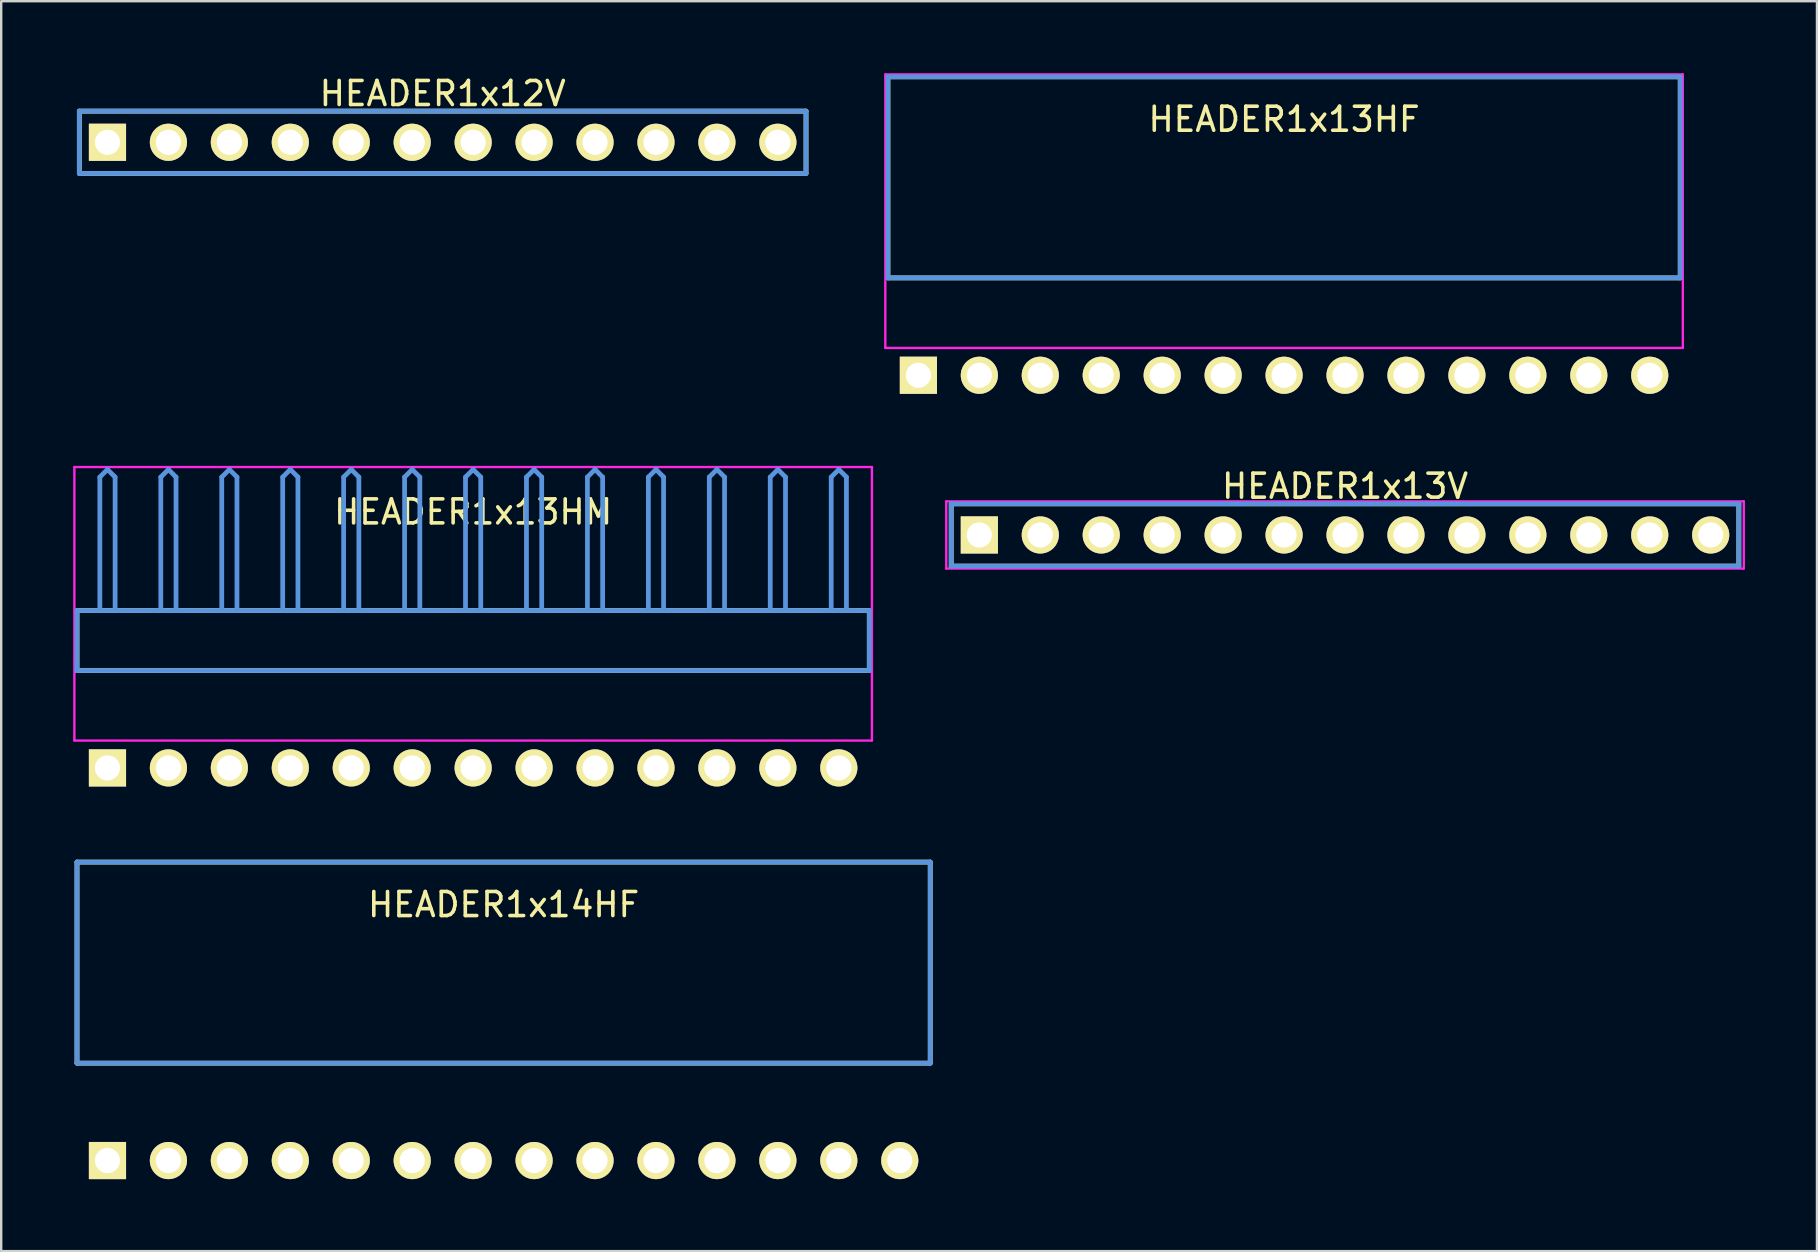
<source format=kicad_pcb>
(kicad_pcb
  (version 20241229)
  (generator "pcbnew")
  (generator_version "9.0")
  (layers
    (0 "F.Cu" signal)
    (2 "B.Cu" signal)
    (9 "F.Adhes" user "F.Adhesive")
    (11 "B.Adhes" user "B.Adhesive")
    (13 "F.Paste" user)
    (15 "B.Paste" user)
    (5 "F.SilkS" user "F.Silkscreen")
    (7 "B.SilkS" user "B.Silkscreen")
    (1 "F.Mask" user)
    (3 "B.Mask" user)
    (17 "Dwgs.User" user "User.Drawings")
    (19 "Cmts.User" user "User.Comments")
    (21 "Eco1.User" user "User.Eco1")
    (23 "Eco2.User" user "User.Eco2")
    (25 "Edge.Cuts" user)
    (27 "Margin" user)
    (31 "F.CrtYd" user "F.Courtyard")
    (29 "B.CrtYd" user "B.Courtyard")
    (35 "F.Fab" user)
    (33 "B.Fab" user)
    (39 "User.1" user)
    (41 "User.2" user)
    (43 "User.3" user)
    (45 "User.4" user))
  (footprint "HEADER1x13HM"
    (layer "F.Cu")
    (at 1.429 28.954)
    (property "Reference" "HEADER1x13HM" (at 15.24 -10.668 0) (layer "F.SilkS") (effects (font (size 1.001 1.001) (thickness 0.15))))
    (attr through_hole)
    (fp_line (start -1.27 -6.558) (end -1.27 -4.059) (stroke (width 0.198) (type solid)) (layer "F.SilkS"))
    (fp_line (start -1.27 -4.059) (end 31.75 -4.059) (stroke (width 0.198) (type solid)) (layer "F.SilkS"))
    (fp_line (start 31.75 -6.558) (end -1.27 -6.558) (stroke (width 0.198) (type solid)) (layer "F.SilkS"))
    (fp_line (start 31.75 -4.059) (end 31.75 -6.558) (stroke (width 0.198) (type solid)) (layer "F.SilkS"))
    (fp_line (start -1.27 -6.558) (end -1.27 -4.059) (stroke (width 0.198) (type solid)) (layer "Cmts.User"))
    (fp_line (start -1.27 -4.059) (end 31.75 -4.059) (stroke (width 0.198) (type solid)) (layer "Cmts.User"))
    (fp_line (start -0.318 -12.121) (end 0 -12.438) (stroke (width 0.198) (type solid)) (layer "Cmts.User"))
    (fp_line (start -0.318 -6.599) (end -0.318 -12.121) (stroke (width 0.198) (type solid)) (layer "Cmts.User"))
    (fp_line (start 0.318 -12.121) (end 0 -12.438) (stroke (width 0.198) (type solid)) (layer "Cmts.User"))
    (fp_line (start 0.318 -6.599) (end 0.318 -12.121) (stroke (width 0.198) (type solid)) (layer "Cmts.User"))
    (fp_line (start 2.223 -12.121) (end 2.54 -12.438) (stroke (width 0.198) (type solid)) (layer "Cmts.User"))
    (fp_line (start 2.223 -6.599) (end 2.223 -12.121) (stroke (width 0.198) (type solid)) (layer "Cmts.User"))
    (fp_line (start 2.857 -12.121) (end 2.54 -12.438) (stroke (width 0.198) (type solid)) (layer "Cmts.User"))
    (fp_line (start 2.857 -6.599) (end 2.857 -12.121) (stroke (width 0.198) (type solid)) (layer "Cmts.User"))
    (fp_line (start 4.763 -12.121) (end 5.08 -12.438) (stroke (width 0.198) (type solid)) (layer "Cmts.User"))
    (fp_line (start 4.763 -6.599) (end 4.763 -12.121) (stroke (width 0.198) (type solid)) (layer "Cmts.User"))
    (fp_line (start 5.397 -12.121) (end 5.08 -12.438) (stroke (width 0.198) (type solid)) (layer "Cmts.User"))
    (fp_line (start 5.397 -6.599) (end 5.397 -12.121) (stroke (width 0.198) (type solid)) (layer "Cmts.User"))
    (fp_line (start 7.303 -12.121) (end 7.62 -12.438) (stroke (width 0.198) (type solid)) (layer "Cmts.User"))
    (fp_line (start 7.303 -6.599) (end 7.303 -12.121) (stroke (width 0.198) (type solid)) (layer "Cmts.User"))
    (fp_line (start 7.938 -12.121) (end 7.62 -12.438) (stroke (width 0.198) (type solid)) (layer "Cmts.User"))
    (fp_line (start 7.938 -6.599) (end 7.938 -12.121) (stroke (width 0.198) (type solid)) (layer "Cmts.User"))
    (fp_line (start 9.842 -12.121) (end 10.16 -12.438) (stroke (width 0.198) (type solid)) (layer "Cmts.User"))
    (fp_line (start 9.842 -6.599) (end 9.842 -12.121) (stroke (width 0.198) (type solid)) (layer "Cmts.User"))
    (fp_line (start 10.477 -12.121) (end 10.16 -12.438) (stroke (width 0.198) (type solid)) (layer "Cmts.User"))
    (fp_line (start 10.477 -6.599) (end 10.477 -12.121) (stroke (width 0.198) (type solid)) (layer "Cmts.User"))
    (fp_line (start 12.383 -12.121) (end 12.7 -12.438) (stroke (width 0.198) (type solid)) (layer "Cmts.User"))
    (fp_line (start 12.383 -6.599) (end 12.383 -12.121) (stroke (width 0.198) (type solid)) (layer "Cmts.User"))
    (fp_line (start 13.018 -12.121) (end 12.7 -12.438) (stroke (width 0.198) (type solid)) (layer "Cmts.User"))
    (fp_line (start 13.018 -6.599) (end 13.018 -12.121) (stroke (width 0.198) (type solid)) (layer "Cmts.User"))
    (fp_line (start 14.922 -12.121) (end 15.24 -12.438) (stroke (width 0.198) (type solid)) (layer "Cmts.User"))
    (fp_line (start 14.922 -6.599) (end 14.922 -12.121) (stroke (width 0.198) (type solid)) (layer "Cmts.User"))
    (fp_line (start 15.557 -12.121) (end 15.24 -12.438) (stroke (width 0.198) (type solid)) (layer "Cmts.User"))
    (fp_line (start 15.557 -6.599) (end 15.557 -12.121) (stroke (width 0.198) (type solid)) (layer "Cmts.User"))
    (fp_line (start 17.462 -12.121) (end 17.78 -12.438) (stroke (width 0.198) (type solid)) (layer "Cmts.User"))
    (fp_line (start 17.462 -6.599) (end 17.462 -12.121) (stroke (width 0.198) (type solid)) (layer "Cmts.User"))
    (fp_line (start 18.098 -12.121) (end 17.78 -12.438) (stroke (width 0.198) (type solid)) (layer "Cmts.User"))
    (fp_line (start 18.098 -6.599) (end 18.098 -12.121) (stroke (width 0.198) (type solid)) (layer "Cmts.User"))
    (fp_line (start 20.003 -12.121) (end 20.32 -12.438) (stroke (width 0.198) (type solid)) (layer "Cmts.User"))
    (fp_line (start 20.003 -6.599) (end 20.003 -12.121) (stroke (width 0.198) (type solid)) (layer "Cmts.User"))
    (fp_line (start 20.637 -12.121) (end 20.32 -12.438) (stroke (width 0.198) (type solid)) (layer "Cmts.User"))
    (fp_line (start 20.637 -6.599) (end 20.637 -12.121) (stroke (width 0.198) (type solid)) (layer "Cmts.User"))
    (fp_line (start 22.543 -12.121) (end 22.86 -12.438) (stroke (width 0.198) (type solid)) (layer "Cmts.User"))
    (fp_line (start 22.543 -6.599) (end 22.543 -12.121) (stroke (width 0.198) (type solid)) (layer "Cmts.User"))
    (fp_line (start 23.177 -12.121) (end 22.86 -12.438) (stroke (width 0.198) (type solid)) (layer "Cmts.User"))
    (fp_line (start 23.177 -6.599) (end 23.177 -12.121) (stroke (width 0.198) (type solid)) (layer "Cmts.User"))
    (fp_line (start 25.082 -12.121) (end 25.4 -12.438) (stroke (width 0.198) (type solid)) (layer "Cmts.User"))
    (fp_line (start 25.082 -6.599) (end 25.082 -12.121) (stroke (width 0.198) (type solid)) (layer "Cmts.User"))
    (fp_line (start 25.718 -12.121) (end 25.4 -12.438) (stroke (width 0.198) (type solid)) (layer "Cmts.User"))
    (fp_line (start 25.718 -6.599) (end 25.718 -12.121) (stroke (width 0.198) (type solid)) (layer "Cmts.User"))
    (fp_line (start 27.622 -12.121) (end 27.94 -12.438) (stroke (width 0.198) (type solid)) (layer "Cmts.User"))
    (fp_line (start 27.622 -6.599) (end 27.622 -12.121) (stroke (width 0.198) (type solid)) (layer "Cmts.User"))
    (fp_line (start 28.258 -12.121) (end 27.94 -12.438) (stroke (width 0.198) (type solid)) (layer "Cmts.User"))
    (fp_line (start 28.258 -6.599) (end 28.258 -12.121) (stroke (width 0.198) (type solid)) (layer "Cmts.User"))
    (fp_line (start 30.163 -12.121) (end 30.48 -12.438) (stroke (width 0.198) (type solid)) (layer "Cmts.User"))
    (fp_line (start 30.163 -6.599) (end 30.163 -12.121) (stroke (width 0.198) (type solid)) (layer "Cmts.User"))
    (fp_line (start 30.797 -12.121) (end 30.48 -12.438) (stroke (width 0.198) (type solid)) (layer "Cmts.User"))
    (fp_line (start 30.797 -6.599) (end 30.797 -12.121) (stroke (width 0.198) (type solid)) (layer "Cmts.User"))
    (fp_line (start 31.75 -6.558) (end -1.27 -6.558) (stroke (width 0.198) (type solid)) (layer "Cmts.User"))
    (fp_line (start 31.75 -4.059) (end 31.75 -6.558) (stroke (width 0.198) (type solid)) (layer "Cmts.User"))
    (fp_line (start -1.379 -12.54) (end 31.859 -12.54) (stroke (width 0.099) (type solid)) (layer "F.CrtYd"))
    (fp_line (start -1.379 -1.14) (end -1.379 -12.54) (stroke (width 0.099) (type solid)) (layer "F.CrtYd"))
    (fp_line (start 31.859 -12.54) (end 31.859 -1.14) (stroke (width 0.099) (type solid)) (layer "F.CrtYd"))
    (fp_line (start 31.859 -1.14) (end -1.379 -1.14) (stroke (width 0.099) (type solid)) (layer "F.CrtYd"))
    (pad "1" thru_hole rect (at 0 0) (size 1.549 1.549) (drill 1.049) (layers "*.Cu" "*.Mask" "F.SilkS"))
    (pad "2" thru_hole circle (at 2.54 0) (size 1.549 1.549) (drill 1.049) (layers "*.Cu" "*.Mask" "F.SilkS"))
    (pad "3" thru_hole circle (at 5.08 0) (size 1.549 1.549) (drill 1.049) (layers "*.Cu" "*.Mask" "F.SilkS"))
    (pad "4" thru_hole circle (at 7.62 0) (size 1.549 1.549) (drill 1.049) (layers "*.Cu" "*.Mask" "F.SilkS"))
    (pad "5" thru_hole circle (at 10.16 0) (size 1.549 1.549) (drill 1.049) (layers "*.Cu" "*.Mask" "F.SilkS"))
    (pad "6" thru_hole circle (at 12.7 0) (size 1.549 1.549) (drill 1.049) (layers "*.Cu" "*.Mask" "F.SilkS"))
    (pad "7" thru_hole circle (at 15.24 0) (size 1.549 1.549) (drill 1.049) (layers "*.Cu" "*.Mask" "F.SilkS"))
    (pad "8" thru_hole circle (at 17.78 0) (size 1.549 1.549) (drill 1.049) (layers "*.Cu" "*.Mask" "F.SilkS"))
    (pad "9" thru_hole circle (at 20.32 0) (size 1.549 1.549) (drill 1.049) (layers "*.Cu" "*.Mask" "F.SilkS"))
    (pad "10" thru_hole circle (at 22.86 0) (size 1.549 1.549) (drill 1.049) (layers "*.Cu" "*.Mask" "F.SilkS"))
    (pad "11" thru_hole circle (at 25.4 0) (size 1.549 1.549) (drill 1.049) (layers "*.Cu" "*.Mask" "F.SilkS"))
    (pad "12" thru_hole circle (at 27.94 0) (size 1.549 1.549) (drill 1.049) (layers "*.Cu" "*.Mask" "F.SilkS"))
    (pad "13" thru_hole circle (at 30.48 0) (size 1.549 1.549) (drill 1.049) (layers "*.Cu" "*.Mask" "F.SilkS")))
  (footprint "HEADER1x13HF"
    (layer "F.Cu")
    (at 35.226 12.59)
    (property "Reference" "HEADER1x13HF" (at 15.24 -10.668 0) (layer "F.SilkS") (effects (font (size 1.001 1.001) (thickness 0.15))))
    (attr through_hole)
    (fp_line (start -1.27 -12.438) (end -1.27 -4.059) (stroke (width 0.198) (type solid)) (layer "F.SilkS"))
    (fp_line (start -1.27 -4.059) (end 31.75 -4.059) (stroke (width 0.198) (type solid)) (layer "F.SilkS"))
    (fp_line (start 31.75 -12.438) (end -1.27 -12.438) (stroke (width 0.198) (type solid)) (layer "F.SilkS"))
    (fp_line (start 31.75 -4.059) (end 31.75 -12.438) (stroke (width 0.198) (type solid)) (layer "F.SilkS"))
    (fp_line (start -1.27 -12.438) (end -1.27 -4.059) (stroke (width 0.198) (type solid)) (layer "Cmts.User"))
    (fp_line (start -1.27 -4.059) (end 31.75 -4.059) (stroke (width 0.198) (type solid)) (layer "Cmts.User"))
    (fp_line (start 31.75 -12.438) (end -1.27 -12.438) (stroke (width 0.198) (type solid)) (layer "Cmts.User"))
    (fp_line (start 31.75 -4.059) (end 31.75 -12.438) (stroke (width 0.198) (type solid)) (layer "Cmts.User"))
    (fp_line (start -1.379 -12.54) (end 31.859 -12.54) (stroke (width 0.099) (type solid)) (layer "F.CrtYd"))
    (fp_line (start -1.379 -1.14) (end -1.379 -12.54) (stroke (width 0.099) (type solid)) (layer "F.CrtYd"))
    (fp_line (start 31.859 -12.54) (end 31.859 -1.14) (stroke (width 0.099) (type solid)) (layer "F.CrtYd"))
    (fp_line (start 31.859 -1.14) (end -1.379 -1.14) (stroke (width 0.099) (type solid)) (layer "F.CrtYd"))
    (pad "1" thru_hole rect (at 0 0) (size 1.549 1.549) (drill 1.049) (layers "*.Cu" "*.Mask" "F.SilkS"))
    (pad "2" thru_hole circle (at 2.54 0) (size 1.549 1.549) (drill 1.049) (layers "*.Cu" "*.Mask" "F.SilkS"))
    (pad "3" thru_hole circle (at 5.08 0) (size 1.549 1.549) (drill 1.049) (layers "*.Cu" "*.Mask" "F.SilkS"))
    (pad "4" thru_hole circle (at 7.62 0) (size 1.549 1.549) (drill 1.049) (layers "*.Cu" "*.Mask" "F.SilkS"))
    (pad "5" thru_hole circle (at 10.16 0) (size 1.549 1.549) (drill 1.049) (layers "*.Cu" "*.Mask" "F.SilkS"))
    (pad "6" thru_hole circle (at 12.7 0) (size 1.549 1.549) (drill 1.049) (layers "*.Cu" "*.Mask" "F.SilkS"))
    (pad "7" thru_hole circle (at 15.24 0) (size 1.549 1.549) (drill 1.049) (layers "*.Cu" "*.Mask" "F.SilkS"))
    (pad "8" thru_hole circle (at 17.78 0) (size 1.549 1.549) (drill 1.049) (layers "*.Cu" "*.Mask" "F.SilkS"))
    (pad "9" thru_hole circle (at 20.32 0) (size 1.549 1.549) (drill 1.049) (layers "*.Cu" "*.Mask" "F.SilkS"))
    (pad "10" thru_hole circle (at 22.86 0) (size 1.549 1.549) (drill 1.049) (layers "*.Cu" "*.Mask" "F.SilkS"))
    (pad "11" thru_hole circle (at 25.4 0) (size 1.549 1.549) (drill 1.049) (layers "*.Cu" "*.Mask" "F.SilkS"))
    (pad "12" thru_hole circle (at 27.94 0) (size 1.549 1.549) (drill 1.049) (layers "*.Cu" "*.Mask" "F.SilkS"))
    (pad "13" thru_hole circle (at 30.48 0) (size 1.549 1.549) (drill 1.049) (layers "*.Cu" "*.Mask" "F.SilkS")))
  (footprint "HEADER1x13V"
    (layer "F.Cu")
    (at 37.766 19.245)
    (property "Reference" "HEADER1x13V" (at 15.24 -2.032 0) (layer "F.SilkS") (effects (font (size 1.001 1.001) (thickness 0.15))))
    (attr through_hole)
    (fp_line (start -1.173 -1.298) (end -1.173 1.298) (stroke (width 0.198) (type solid)) (layer "F.SilkS"))
    (fp_line (start -1.173 1.298) (end 31.653 1.298) (stroke (width 0.198) (type solid)) (layer "F.SilkS"))
    (fp_line (start 31.653 -1.298) (end -1.173 -1.298) (stroke (width 0.198) (type solid)) (layer "F.SilkS"))
    (fp_line (start 31.653 1.298) (end 31.653 -1.298) (stroke (width 0.198) (type solid)) (layer "F.SilkS"))
    (fp_line (start -1.173 -1.298) (end -1.173 1.298) (stroke (width 0.198) (type solid)) (layer "Cmts.User"))
    (fp_line (start -1.173 1.298) (end 31.653 1.298) (stroke (width 0.198) (type solid)) (layer "Cmts.User"))
    (fp_line (start 31.653 -1.298) (end -1.173 -1.298) (stroke (width 0.198) (type solid)) (layer "Cmts.User"))
    (fp_line (start 31.653 1.298) (end 31.653 -1.298) (stroke (width 0.198) (type solid)) (layer "Cmts.User"))
    (fp_line (start -1.379 -1.4) (end -1.379 1.4) (stroke (width 0.099) (type solid)) (layer "F.CrtYd"))
    (fp_line (start -1.379 1.4) (end 31.859 1.4) (stroke (width 0.099) (type solid)) (layer "F.CrtYd"))
    (fp_line (start 31.859 -1.4) (end -1.379 -1.4) (stroke (width 0.099) (type solid)) (layer "F.CrtYd"))
    (fp_line (start 31.859 1.4) (end 31.859 -1.4) (stroke (width 0.099) (type solid)) (layer "F.CrtYd"))
    (pad "1" thru_hole rect (at 0 0) (size 1.549 1.549) (drill 1.049) (layers "*.Cu" "*.Mask" "F.SilkS"))
    (pad "2" thru_hole circle (at 2.54 0) (size 1.549 1.549) (drill 1.049) (layers "*.Cu" "*.Mask" "F.SilkS"))
    (pad "3" thru_hole circle (at 5.08 0) (size 1.549 1.549) (drill 1.049) (layers "*.Cu" "*.Mask" "F.SilkS"))
    (pad "4" thru_hole circle (at 7.62 0) (size 1.549 1.549) (drill 1.049) (layers "*.Cu" "*.Mask" "F.SilkS"))
    (pad "5" thru_hole circle (at 10.16 0) (size 1.549 1.549) (drill 1.049) (layers "*.Cu" "*.Mask" "F.SilkS"))
    (pad "6" thru_hole circle (at 12.7 0) (size 1.549 1.549) (drill 1.049) (layers "*.Cu" "*.Mask" "F.SilkS"))
    (pad "7" thru_hole circle (at 15.24 0) (size 1.549 1.549) (drill 1.049) (layers "*.Cu" "*.Mask" "F.SilkS"))
    (pad "8" thru_hole circle (at 17.78 0) (size 1.549 1.549) (drill 1.049) (layers "*.Cu" "*.Mask" "F.SilkS"))
    (pad "9" thru_hole circle (at 20.32 0) (size 1.549 1.549) (drill 1.049) (layers "*.Cu" "*.Mask" "F.SilkS"))
    (pad "10" thru_hole circle (at 22.86 0) (size 1.549 1.549) (drill 1.049) (layers "*.Cu" "*.Mask" "F.SilkS"))
    (pad "11" thru_hole circle (at 25.4 0) (size 1.549 1.549) (drill 1.049) (layers "*.Cu" "*.Mask" "F.SilkS"))
    (pad "12" thru_hole circle (at 27.94 0) (size 1.549 1.549) (drill 1.049) (layers "*.Cu" "*.Mask" "F.SilkS"))
    (pad "13" thru_hole circle (at 30.48 0) (size 1.549 1.549) (drill 1.049) (layers "*.Cu" "*.Mask" "F.SilkS")))
  (footprint "HEADER1x12V"
    (layer "F.Cu")
    (at 1.429 2.88)
    (property "Reference" "HEADER1x12V" (at 13.97 -2.032 0) (layer "F.SilkS") (effects (font (size 1.001 1.001) (thickness 0.15))))
    (attr through_hole)
    (fp_line (start -1.173 -1.298) (end -1.173 1.298) (stroke (width 0.198) (type solid)) (layer "F.SilkS"))
    (fp_line (start -1.173 1.298) (end 29.113 1.298) (stroke (width 0.198) (type solid)) (layer "F.SilkS"))
    (fp_line (start 29.113 -1.298) (end -1.173 -1.298) (stroke (width 0.198) (type solid)) (layer "F.SilkS"))
    (fp_line (start 29.113 1.298) (end 29.113 -1.298) (stroke (width 0.198) (type solid)) (layer "F.SilkS"))
    (fp_line (start -1.173 -1.298) (end -1.173 1.298) (stroke (width 0.198) (type solid)) (layer "Cmts.User"))
    (fp_line (start -1.173 1.298) (end 29.113 1.298) (stroke (width 0.198) (type solid)) (layer "Cmts.User"))
    (fp_line (start 29.113 -1.298) (end -1.173 -1.298) (stroke (width 0.198) (type solid)) (layer "Cmts.User"))
    (fp_line (start 29.113 1.298) (end 29.113 -1.298) (stroke (width 0.198) (type solid)) (layer "Cmts.User"))
    (fp_line (start -1.379 -1.4) (end -1.379 1.4) (stroke (width 0.099) (type solid)) (layer "Eco1.User"))
    (fp_line (start -1.379 1.4) (end 29.319 1.4) (stroke (width 0.099) (type solid)) (layer "Eco1.User"))
    (fp_line (start 29.319 -1.4) (end -1.379 -1.4) (stroke (width 0.099) (type solid)) (layer "Eco1.User"))
    (fp_line (start 29.319 1.4) (end 29.319 -1.4) (stroke (width 0.099) (type solid)) (layer "Eco1.User"))
    (pad "1" thru_hole rect (at 0 0) (size 1.549 1.549) (drill 1.049) (layers "*.Cu" "*.Mask" "F.SilkS"))
    (pad "2" thru_hole circle (at 2.54 0) (size 1.549 1.549) (drill 1.049) (layers "*.Cu" "*.Mask" "F.SilkS"))
    (pad "3" thru_hole circle (at 5.08 0) (size 1.549 1.549) (drill 1.049) (layers "*.Cu" "*.Mask" "F.SilkS"))
    (pad "4" thru_hole circle (at 7.62 0) (size 1.549 1.549) (drill 1.049) (layers "*.Cu" "*.Mask" "F.SilkS"))
    (pad "5" thru_hole circle (at 10.16 0) (size 1.549 1.549) (drill 1.049) (layers "*.Cu" "*.Mask" "F.SilkS"))
    (pad "6" thru_hole circle (at 12.7 0) (size 1.549 1.549) (drill 1.049) (layers "*.Cu" "*.Mask" "F.SilkS"))
    (pad "7" thru_hole circle (at 15.24 0) (size 1.549 1.549) (drill 1.049) (layers "*.Cu" "*.Mask" "F.SilkS"))
    (pad "8" thru_hole circle (at 17.78 0) (size 1.549 1.549) (drill 1.049) (layers "*.Cu" "*.Mask" "F.SilkS"))
    (pad "9" thru_hole circle (at 20.32 0) (size 1.549 1.549) (drill 1.049) (layers "*.Cu" "*.Mask" "F.SilkS"))
    (pad "10" thru_hole circle (at 22.86 0) (size 1.549 1.549) (drill 1.049) (layers "*.Cu" "*.Mask" "F.SilkS"))
    (pad "11" thru_hole circle (at 25.4 0) (size 1.549 1.549) (drill 1.049) (layers "*.Cu" "*.Mask" "F.SilkS"))
    (pad "12" thru_hole circle (at 27.94 0) (size 1.549 1.549) (drill 1.049) (layers "*.Cu" "*.Mask" "F.SilkS")))
  (footprint "HEADER1x14HF"
    (layer "F.Cu")
    (at 1.429 45.318)
    (property "Reference" "HEADER1x14HF" (at 16.51 -10.668 0) (layer "F.SilkS") (effects (font (size 1.001 1.001) (thickness 0.15))))
    (attr through_hole)
    (fp_line (start -1.27 -12.438) (end -1.27 -4.059) (stroke (width 0.198) (type solid)) (layer "F.SilkS"))
    (fp_line (start -1.27 -4.059) (end 34.29 -4.059) (stroke (width 0.198) (type solid)) (layer "F.SilkS"))
    (fp_line (start 34.29 -12.438) (end -1.27 -12.438) (stroke (width 0.198) (type solid)) (layer "F.SilkS"))
    (fp_line (start 34.29 -4.059) (end 34.29 -12.438) (stroke (width 0.198) (type solid)) (layer "F.SilkS"))
    (fp_line (start -1.27 -12.438) (end -1.27 -4.059) (stroke (width 0.198) (type solid)) (layer "Cmts.User"))
    (fp_line (start -1.27 -4.059) (end 34.29 -4.059) (stroke (width 0.198) (type solid)) (layer "Cmts.User"))
    (fp_line (start 34.29 -12.438) (end -1.27 -12.438) (stroke (width 0.198) (type solid)) (layer "Cmts.User"))
    (fp_line (start 34.29 -4.059) (end 34.29 -12.438) (stroke (width 0.198) (type solid)) (layer "Cmts.User"))
    (fp_line (start -1.379 -12.54) (end 34.399 -12.54) (stroke (width 0.099) (type solid)) (layer "Eco1.User"))
    (fp_line (start -1.379 -1.14) (end -1.379 -12.54) (stroke (width 0.099) (type solid)) (layer "Eco1.User"))
    (fp_line (start 34.399 -12.54) (end 34.399 -1.14) (stroke (width 0.099) (type solid)) (layer "Eco1.User"))
    (fp_line (start 34.399 -1.14) (end -1.379 -1.14) (stroke (width 0.099) (type solid)) (layer "Eco1.User"))
    (pad "1" thru_hole rect (at 0 0) (size 1.549 1.549) (drill 1.049) (layers "*.Cu" "*.Mask" "F.SilkS"))
    (pad "2" thru_hole circle (at 2.54 0) (size 1.549 1.549) (drill 1.049) (layers "*.Cu" "*.Mask" "F.SilkS"))
    (pad "3" thru_hole circle (at 5.08 0) (size 1.549 1.549) (drill 1.049) (layers "*.Cu" "*.Mask" "F.SilkS"))
    (pad "4" thru_hole circle (at 7.62 0) (size 1.549 1.549) (drill 1.049) (layers "*.Cu" "*.Mask" "F.SilkS"))
    (pad "5" thru_hole circle (at 10.16 0) (size 1.549 1.549) (drill 1.049) (layers "*.Cu" "*.Mask" "F.SilkS"))
    (pad "6" thru_hole circle (at 12.7 0) (size 1.549 1.549) (drill 1.049) (layers "*.Cu" "*.Mask" "F.SilkS"))
    (pad "7" thru_hole circle (at 15.24 0) (size 1.549 1.549) (drill 1.049) (layers "*.Cu" "*.Mask" "F.SilkS"))
    (pad "8" thru_hole circle (at 17.78 0) (size 1.549 1.549) (drill 1.049) (layers "*.Cu" "*.Mask" "F.SilkS"))
    (pad "9" thru_hole circle (at 20.32 0) (size 1.549 1.549) (drill 1.049) (layers "*.Cu" "*.Mask" "F.SilkS"))
    (pad "10" thru_hole circle (at 22.86 0) (size 1.549 1.549) (drill 1.049) (layers "*.Cu" "*.Mask" "F.SilkS"))
    (pad "11" thru_hole circle (at 25.4 0) (size 1.549 1.549) (drill 1.049) (layers "*.Cu" "*.Mask" "F.SilkS"))
    (pad "12" thru_hole circle (at 27.94 0) (size 1.549 1.549) (drill 1.049) (layers "*.Cu" "*.Mask" "F.SilkS"))
    (pad "13" thru_hole circle (at 30.48 0) (size 1.549 1.549) (drill 1.049) (layers "*.Cu" "*.Mask" "F.SilkS"))
    (pad "14" thru_hole circle (at 33.02 0) (size 1.549 1.549) (drill 1.049) (layers "*.Cu" "*.Mask" "F.SilkS")))
  (gr_rect
    (start -3 -3)
    (end 72.675 49.093)
    (stroke (width 0.1) (type default))
    (fill no)
    (layer "Edge.Cuts")))
</source>
